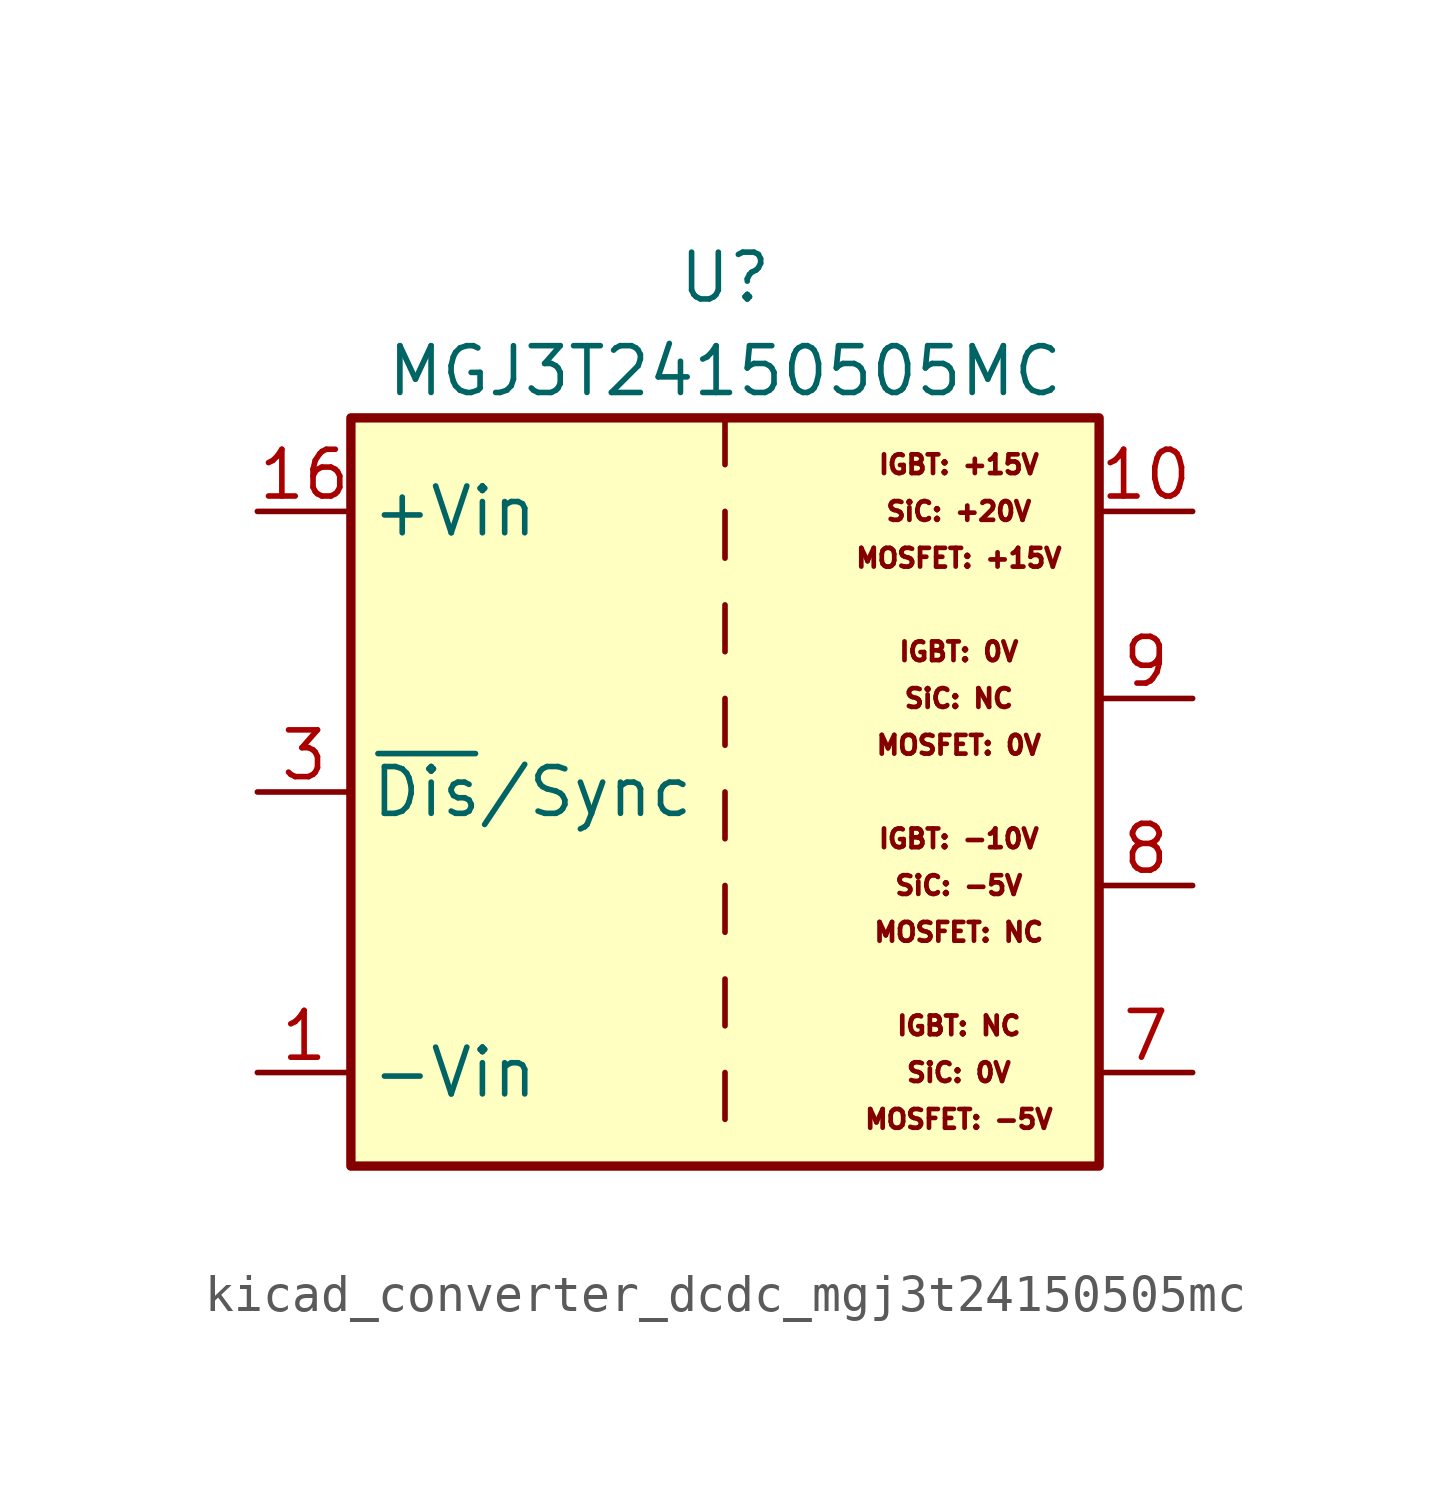
<source format=kicad_sym>
(kicad_symbol_lib
  (version 20220914)
  (generator kicad_symbol_editor)
  (symbol "kicad_converter_dcdc_mgj3t24150505mc"
    (property "Reference" "U"
      (at 0 13.97 0)
      (effects (font (size 1.27 1.27))))
    (property "Value" "MGJ3T24150505MC"
      (at 0 11.43 0)
      (effects (font (size 1.27 1.27))))
    (symbol "kicad_converter_dcdc_mgj3t24150505mc_0_0"
      (text "IGBT: +15V" (at 6.35 8.89 0) (effects (font (size 0.508 0.508))))
      (text "IGBT: -10V" (at 6.35 -1.27 0) (effects (font (size 0.508 0.508))))
      (text "IGBT: 0V" (at 6.35 3.81 0) (effects (font (size 0.508 0.508))))
      (text "IGBT: NC" (at 6.35 -6.35 0) (effects (font (size 0.508 0.508))))
      (text "MOSFET: +15V" (at 6.35 6.35 0) (effects (font (size 0.508 0.508))))
      (text "MOSFET: -5V" (at 6.35 -8.89 0) (effects (font (size 0.508 0.508))))
      (text "MOSFET: 0V" (at 6.35 1.27 0) (effects (font (size 0.508 0.508))))
      (text "MOSFET: NC" (at 6.35 -3.81 0) (effects (font (size 0.508 0.508))))
      (text "SiC: +20V" (at 6.35 7.62 0) (effects (font (size 0.508 0.508))))
      (text "SiC: -5V" (at 6.35 -2.54 0) (effects (font (size 0.508 0.508))))
      (text "SiC: 0V" (at 6.35 -7.62 0) (effects (font (size 0.508 0.508))))
      (text "SiC: NC" (at 6.35 2.54 0) (effects (font (size 0.508 0.508)))))
    (symbol "kicad_converter_dcdc_mgj3t24150505mc_0_1"
      (rectangle (start -10.16 10.16) (end 10.16 -10.16) (stroke (width 0.254) (type default)) (fill (type background)))
      (polyline (pts (xy 0 -7.62) (xy 0 -8.89)) (stroke (width 0) (type default)) (fill (type none)))
      (polyline (pts (xy 0 -5.08) (xy 0 -6.35)) (stroke (width 0) (type default)) (fill (type none)))
      (polyline (pts (xy 0 -2.54) (xy 0 -3.81)) (stroke (width 0) (type default)) (fill (type none)))
      (polyline (pts (xy 0 0) (xy 0 -1.27)) (stroke (width 0) (type default)) (fill (type none)))
      (polyline (pts (xy 0 2.54) (xy 0 1.27)) (stroke (width 0) (type default)) (fill (type none)))
      (polyline (pts (xy 0 5.08) (xy 0 3.81)) (stroke (width 0) (type default)) (fill (type none)))
      (polyline (pts (xy 0 7.62) (xy 0 6.35)) (stroke (width 0) (type default)) (fill (type none)))
      (polyline (pts (xy 0 10.16) (xy 0 8.89)) (stroke (width 0) (type default)) (fill (type none))))
    (symbol "kicad_converter_dcdc_mgj3t24150505mc_1_1"
      (pin power_in line (at -12.7 -7.62 0) (length 2.54) (name "-Vin" (effects (font (size 1.27 1.27)))) (number "1" (effects (font (size 1.27 1.27)))))
      (pin power_out line (at 12.7 7.62 180) (length 2.54) (name "~" (effects (font (size 1.27 1.27)))) (number "10" (effects (font (size 1.27 1.27)))))
      (pin power_in line (at -12.7 7.62 0) (length 2.54) (name "+Vin" (effects (font (size 1.27 1.27)))) (number "16" (effects (font (size 1.27 1.27)))))
      (pin input line (at -12.7 0 0) (length 2.54) (name "~{Dis}/Sync" (effects (font (size 1.27 1.27)))) (number "3" (effects (font (size 1.27 1.27)))))
      (pin power_out line (at 12.7 -7.62 180) (length 2.54) (name "~" (effects (font (size 1.27 1.27)))) (number "7" (effects (font (size 1.27 1.27)))))
      (pin power_out line (at 12.7 -2.54 180) (length 2.54) (name "~" (effects (font (size 1.27 1.27)))) (number "8" (effects (font (size 1.27 1.27)))))
      (pin power_out line (at 12.7 2.54 180) (length 2.54) (name "~" (effects (font (size 1.27 1.27)))) (number "9" (effects (font (size 1.27 1.27))))))))
</source>
